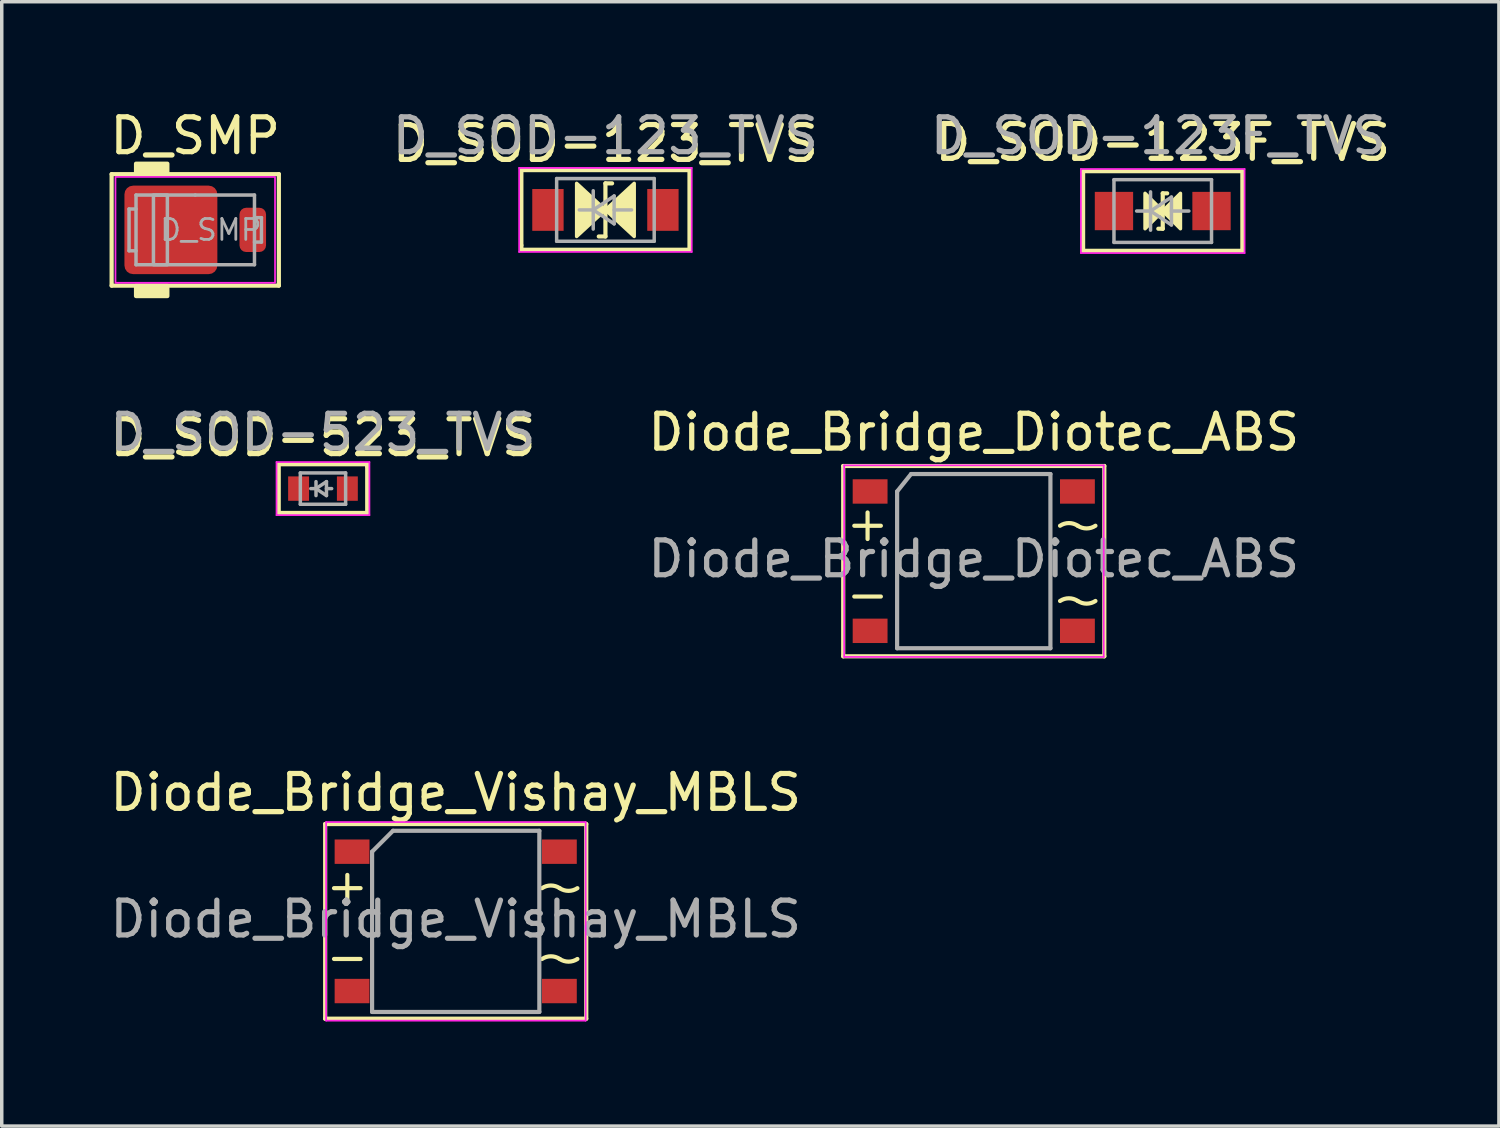
<source format=kicad_pcb>
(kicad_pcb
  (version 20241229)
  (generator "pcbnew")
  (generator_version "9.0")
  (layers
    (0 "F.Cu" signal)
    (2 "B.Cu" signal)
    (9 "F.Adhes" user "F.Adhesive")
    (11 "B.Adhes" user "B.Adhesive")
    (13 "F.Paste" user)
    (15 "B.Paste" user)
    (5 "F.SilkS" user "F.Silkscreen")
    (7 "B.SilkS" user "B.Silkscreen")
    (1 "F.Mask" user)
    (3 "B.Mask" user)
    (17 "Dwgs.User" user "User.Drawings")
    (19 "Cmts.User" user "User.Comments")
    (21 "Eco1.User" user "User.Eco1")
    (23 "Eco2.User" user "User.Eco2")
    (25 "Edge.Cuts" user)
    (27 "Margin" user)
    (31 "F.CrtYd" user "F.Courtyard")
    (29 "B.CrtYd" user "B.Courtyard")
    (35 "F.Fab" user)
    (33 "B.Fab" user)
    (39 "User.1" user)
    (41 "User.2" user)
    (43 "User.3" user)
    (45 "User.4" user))
  (footprint "D_SOD-123F_TVS"
    (layer "F.Cu")
    (at 30.323 3.007)
    (property "Reference" "D_SOD-123F_TVS" (at 0 -1.968 0) (layer "F.SilkS") (effects (font (size 1 1) (thickness 0.15))))
    (attr smd)
    (fp_line (start -2.286 -1.143) (end 2.286 -1.143) (stroke (width 0.12) (type solid)) (layer "F.SilkS"))
    (fp_line (start -2.286 1.143) (end -2.286 -1.143) (stroke (width 0.12) (type solid)) (layer "F.SilkS"))
    (fp_line (start -0.127 0.508) (end 0 0.508) (stroke (width 0.12) (type solid)) (layer "F.SilkS"))
    (fp_line (start 0 -0.508) (end 0 0.508) (stroke (width 0.12) (type solid)) (layer "F.SilkS"))
    (fp_line (start 0 -0.508) (end 0.127 -0.508) (stroke (width 0.12) (type solid)) (layer "F.SilkS"))
    (fp_line (start 2.286 -1.143) (end 2.286 1.143) (stroke (width 0.12) (type solid)) (layer "F.SilkS"))
    (fp_line (start 2.286 1.143) (end -2.286 1.143) (stroke (width 0.12) (type solid)) (layer "F.SilkS"))
    (fp_poly (pts (xy 0 0) (xy -0.508 0.508) (xy -0.508 -0.508)) (stroke (width 0.1) (type solid)) (fill yes) (layer "F.SilkS"))
    (fp_poly (pts (xy 0 0) (xy 0.508 -0.508) (xy 0.508 0.508)) (stroke (width 0.1) (type solid)) (fill yes) (layer "F.SilkS"))
    (fp_line (start -2.349 -1.206) (end -2.349 1.206) (stroke (width 0.05) (type solid)) (layer "F.CrtYd"))
    (fp_line (start -2.349 -1.206) (end 2.349 -1.206) (stroke (width 0.05) (type solid)) (layer "F.CrtYd"))
    (fp_line (start 2.349 -1.206) (end 2.349 1.206) (stroke (width 0.05) (type solid)) (layer "F.CrtYd"))
    (fp_line (start 2.349 1.206) (end -2.349 1.206) (stroke (width 0.05) (type solid)) (layer "F.CrtYd"))
    (fp_line (start -1.4 -0.9) (end 1.4 -0.9) (stroke (width 0.1) (type solid)) (layer "F.Fab"))
    (fp_line (start -1.4 0.9) (end -1.4 -0.9) (stroke (width 0.1) (type solid)) (layer "F.Fab"))
    (fp_line (start -0.75 0) (end -0.35 0) (stroke (width 0.1) (type solid)) (layer "F.Fab"))
    (fp_line (start -0.35 0) (end -0.35 -0.55) (stroke (width 0.1) (type solid)) (layer "F.Fab"))
    (fp_line (start -0.35 0) (end -0.35 0.55) (stroke (width 0.1) (type solid)) (layer "F.Fab"))
    (fp_line (start -0.35 0) (end 0.25 -0.4) (stroke (width 0.1) (type solid)) (layer "F.Fab"))
    (fp_line (start 0.25 -0.4) (end 0.25 0.4) (stroke (width 0.1) (type solid)) (layer "F.Fab"))
    (fp_line (start 0.25 0) (end 0.75 0) (stroke (width 0.1) (type solid)) (layer "F.Fab"))
    (fp_line (start 0.25 0.4) (end -0.35 0) (stroke (width 0.1) (type solid)) (layer "F.Fab"))
    (fp_line (start 1.4 -0.9) (end 1.4 0.9) (stroke (width 0.1) (type solid)) (layer "F.Fab"))
    (fp_line (start 1.4 0.9) (end -1.4 0.9) (stroke (width 0.1) (type solid)) (layer "F.Fab"))
    (fp_text user "${REFERENCE}" (at -0.127 -2.159 0) (layer "F.Fab") (effects (font (size 1 1) (thickness 0.15))))
    (pad "1" smd rect (at -1.4 0) (size 1.1 1.1) (layers "F.Cu" "F.Mask" "F.Paste"))
    (pad "2" smd rect (at 1.4 0) (size 1.1 1.1) (layers "F.Cu" "F.Mask" "F.Paste")))
  (footprint "D_SMP"
    (layer "F.Cu")
    (at 2.554 3.548)
    (property "Reference" "D_SMP" (at 0 -2.7 0) (unlocked yes) (layer "F.SilkS") (effects (font (size 1 1) (thickness 0.15))))
    (fp_line (start -2.4 -1.6) (end -2.4 1.6) (stroke (width 0.12) (type solid)) (layer "F.SilkS"))
    (fp_line (start -2.4 1.6) (end 2.4 1.6) (stroke (width 0.12) (type solid)) (layer "F.SilkS"))
    (fp_line (start 2.4 -1.6) (end -2.4 -1.6) (stroke (width 0.12) (type solid)) (layer "F.SilkS"))
    (fp_line (start 2.4 1.6) (end 2.4 -1.6) (stroke (width 0.12) (type solid)) (layer "F.SilkS"))
    (fp_rect (start -1.7 -1.6) (end -0.8 -1.9) (stroke (width 0.12) (type solid)) (fill yes) (layer "F.SilkS"))
    (fp_rect (start -1.7 1.9) (end -0.8 1.6) (stroke (width 0.12) (type solid)) (fill yes) (layer "F.SilkS"))
    (fp_rect (start -2.29 -1.52) (end 2.29 1.52) (stroke (width 0.05) (type solid)) (fill no) (layer "F.CrtYd"))
    (fp_line (start -1.9 -0.6) (end -1.9 0.6) (stroke (width 0.1) (type solid)) (layer "F.Fab"))
    (fp_line (start -1.9 -0.6) (end -1.7 -0.6) (stroke (width 0.1) (type solid)) (layer "F.Fab"))
    (fp_line (start -1.9 0.6) (end -1.7 0.6) (stroke (width 0.1) (type solid)) (layer "F.Fab"))
    (fp_line (start -1.7 -1) (end -1.7 1) (stroke (width 0.1) (type solid)) (layer "F.Fab"))
    (fp_line (start -1.7 1) (end 1.7 1) (stroke (width 0.1) (type solid)) (layer "F.Fab"))
    (fp_line (start 0 -1) (end -1.7 -1) (stroke (width 0.1) (type solid)) (layer "F.Fab"))
    (fp_line (start 1.7 -1) (end 0 -1) (stroke (width 0.1) (type solid)) (layer "F.Fab"))
    (fp_line (start 1.7 1) (end 1.7 -1) (stroke (width 0.1) (type solid)) (layer "F.Fab"))
    (fp_line (start 1.9 -0.35) (end 1.7 -0.35) (stroke (width 0.1) (type solid)) (layer "F.Fab"))
    (fp_line (start 1.9 -0.35) (end 1.9 0.35) (stroke (width 0.1) (type solid)) (layer "F.Fab"))
    (fp_line (start 1.9 0.35) (end 1.7 0.35) (stroke (width 0.1) (type solid)) (layer "F.Fab"))
    (fp_rect (start -1.2 -1) (end -0.8 1) (stroke (width 0.1) (type solid)) (fill no) (layer "F.Fab"))
    (fp_text user "${REFERENCE}" (at 0.45 0 0) (layer "F.Fab") (effects (font (size 0.6 0.6) (thickness 0.08))))
    (pad "" smd roundrect (at -1.4 -0.7) (size 1.1 1.1) (layers "F.Paste") (roundrect_rratio 0.25))
    (pad "" smd roundrect (at -1.4 0.7) (size 1.1 1.1) (layers "F.Paste") (roundrect_rratio 0.25))
    (pad "" smd roundrect (at 0 -0.7) (size 1.1 1.1) (layers "F.Paste") (roundrect_rratio 0.25))
    (pad "" smd roundrect (at 0 0.7) (size 1.1 1.1) (layers "F.Paste") (roundrect_rratio 0.25))
    (pad "1" smd roundrect (at -0.699 0) (size 2.667 2.54) (layers "F.Cu" "F.Mask") (roundrect_rratio 0.098))
    (pad "2" smd roundrect (at 1.651 0) (size 0.762 1.27) (layers "F.Cu" "F.Mask" "F.Paste") (roundrect_rratio 0.25)))
  (footprint "D_SOD-523_TVS"
    (layer "F.Cu")
    (at 6.22 10.974)
    (property "Reference" "D_SOD-523_TVS" (at 0 -1.46 0) (layer "F.SilkS") (effects (font (size 1 1) (thickness 0.15))))
    (attr smd)
    (fp_line (start -1.27 -0.699) (end -1.27 0.699) (stroke (width 0.12) (type solid)) (layer "F.SilkS"))
    (fp_line (start -1.27 0.699) (end 1.27 0.699) (stroke (width 0.12) (type solid)) (layer "F.SilkS"))
    (fp_line (start 1.27 -0.699) (end -1.27 -0.699) (stroke (width 0.12) (type solid)) (layer "F.SilkS"))
    (fp_line (start 1.27 -0.635) (end 1.27 -0.699) (stroke (width 0.12) (type solid)) (layer "F.SilkS"))
    (fp_line (start 1.27 0.699) (end 1.27 -0.635) (stroke (width 0.12) (type solid)) (layer "F.SilkS"))
    (fp_line (start -1.333 -0.762) (end 1.333 -0.762) (stroke (width 0.05) (type solid)) (layer "F.CrtYd"))
    (fp_line (start -1.333 0.762) (end -1.333 -0.762) (stroke (width 0.05) (type solid)) (layer "F.CrtYd"))
    (fp_line (start 1.333 -0.762) (end 1.333 0.762) (stroke (width 0.05) (type solid)) (layer "F.CrtYd"))
    (fp_line (start 1.333 0.762) (end -1.333 0.762) (stroke (width 0.05) (type solid)) (layer "F.CrtYd"))
    (fp_line (start -0.65 -0.45) (end 0.65 -0.45) (stroke (width 0.1) (type solid)) (layer "F.Fab"))
    (fp_line (start -0.65 0.45) (end -0.65 -0.45) (stroke (width 0.1) (type solid)) (layer "F.Fab"))
    (fp_line (start -0.2 0) (end -0.35 0) (stroke (width 0.1) (type solid)) (layer "F.Fab"))
    (fp_line (start -0.2 0) (end 0.1 0.2) (stroke (width 0.1) (type solid)) (layer "F.Fab"))
    (fp_line (start -0.2 0.2) (end -0.2 -0.2) (stroke (width 0.1) (type solid)) (layer "F.Fab"))
    (fp_line (start 0.1 -0.2) (end -0.2 0) (stroke (width 0.1) (type solid)) (layer "F.Fab"))
    (fp_line (start 0.1 0) (end 0.25 0) (stroke (width 0.1) (type solid)) (layer "F.Fab"))
    (fp_line (start 0.1 0.2) (end 0.1 -0.2) (stroke (width 0.1) (type solid)) (layer "F.Fab"))
    (fp_line (start 0.65 -0.45) (end 0.65 0.45) (stroke (width 0.1) (type solid)) (layer "F.Fab"))
    (fp_line (start 0.65 0.45) (end -0.65 0.45) (stroke (width 0.1) (type solid)) (layer "F.Fab"))
    (fp_text user "${REFERENCE}" (at 0 -1.617 0) (layer "F.Fab") (effects (font (size 1 1) (thickness 0.15))))
    (pad "1" smd rect (at -0.7 0 180) (size 0.6 0.7) (layers "F.Cu" "F.Mask" "F.Paste"))
    (pad "2" smd rect (at 0.7 0 180) (size 0.6 0.7) (layers "F.Cu" "F.Mask" "F.Paste")))
  (footprint "D_SOD-123_TVS"
    (layer "F.Cu")
    (at 14.327 2.975)
    (property "Reference" "D_SOD-123_TVS" (at 0 -1.905 0) (layer "F.SilkS") (effects (font (size 1 1) (thickness 0.15))))
    (attr smd)
    (fp_line (start -2.413 -1.143) (end -2.413 1.016) (stroke (width 0.12) (type solid)) (layer "F.SilkS"))
    (fp_line (start -2.413 1.016) (end -2.413 1.143) (stroke (width 0.12) (type solid)) (layer "F.SilkS"))
    (fp_line (start -2.413 1.143) (end 2.413 1.143) (stroke (width 0.12) (type solid)) (layer "F.SilkS"))
    (fp_line (start -0.191 0.762) (end 0 0.762) (stroke (width 0.12) (type solid)) (layer "F.SilkS"))
    (fp_line (start 0 -0.762) (end 0 0.762) (stroke (width 0.12) (type solid)) (layer "F.SilkS"))
    (fp_line (start 0 -0.762) (end 0.191 -0.762) (stroke (width 0.12) (type solid)) (layer "F.SilkS"))
    (fp_line (start 2.413 -1.143) (end -2.413 -1.143) (stroke (width 0.12) (type solid)) (layer "F.SilkS"))
    (fp_line (start 2.413 1.143) (end 2.413 -1.143) (stroke (width 0.12) (type solid)) (layer "F.SilkS"))
    (fp_poly (pts (xy 0 0) (xy -0.826 0.762) (xy -0.826 -0.762)) (stroke (width 0.1) (type solid)) (fill yes) (layer "F.SilkS"))
    (fp_poly (pts (xy 0 0) (xy 0.826 -0.762) (xy 0.826 0.762)) (stroke (width 0.1) (type solid)) (fill yes) (layer "F.SilkS"))
    (fp_line (start -2.477 -1.206) (end -2.477 1.206) (stroke (width 0.05) (type solid)) (layer "F.CrtYd"))
    (fp_line (start -2.477 -1.206) (end 2.477 -1.206) (stroke (width 0.05) (type solid)) (layer "F.CrtYd"))
    (fp_line (start 2.477 -1.206) (end 2.477 1.206) (stroke (width 0.05) (type solid)) (layer "F.CrtYd"))
    (fp_line (start 2.477 1.206) (end -2.477 1.206) (stroke (width 0.05) (type solid)) (layer "F.CrtYd"))
    (fp_line (start -1.4 -0.9) (end 1.4 -0.9) (stroke (width 0.1) (type solid)) (layer "F.Fab"))
    (fp_line (start -1.4 0.9) (end -1.4 -0.9) (stroke (width 0.1) (type solid)) (layer "F.Fab"))
    (fp_line (start -0.75 0) (end -0.35 0) (stroke (width 0.1) (type solid)) (layer "F.Fab"))
    (fp_line (start -0.35 0) (end -0.35 -0.55) (stroke (width 0.1) (type solid)) (layer "F.Fab"))
    (fp_line (start -0.35 0) (end -0.35 0.55) (stroke (width 0.1) (type solid)) (layer "F.Fab"))
    (fp_line (start -0.35 0) (end 0.25 -0.4) (stroke (width 0.1) (type solid)) (layer "F.Fab"))
    (fp_line (start 0.25 -0.4) (end 0.25 0.4) (stroke (width 0.1) (type solid)) (layer "F.Fab"))
    (fp_line (start 0.25 0) (end 0.75 0) (stroke (width 0.1) (type solid)) (layer "F.Fab"))
    (fp_line (start 0.25 0.4) (end -0.35 0) (stroke (width 0.1) (type solid)) (layer "F.Fab"))
    (fp_line (start 1.4 -0.9) (end 1.4 0.9) (stroke (width 0.1) (type solid)) (layer "F.Fab"))
    (fp_line (start 1.4 0.9) (end -1.4 0.9) (stroke (width 0.1) (type solid)) (layer "F.Fab"))
    (fp_text user "${REFERENCE}" (at 0 -2.127 0) (layer "F.Fab") (effects (font (size 1 1) (thickness 0.15))))
    (pad "1" smd rect (at -1.65 0) (size 0.9 1.2) (layers "F.Cu" "F.Mask" "F.Paste"))
    (pad "2" smd rect (at 1.65 0) (size 0.9 1.2) (layers "F.Cu" "F.Mask" "F.Paste")))
  (footprint "Diode_Bridge_Diotec_ABS"
    (layer "F.Cu")
    (at 24.899 13.056)
    (property "Reference" "Diode_Bridge_Diotec_ABS" (at 0 -3.7 0) (layer "F.SilkS") (effects (font (size 1 1) (thickness 0.15))))
    (attr smd)
    (fp_line (start -3.747 -2.731) (end -3.747 2.731) (stroke (width 0.12) (type solid)) (layer "F.SilkS"))
    (fp_line (start -3.747 2.731) (end 3.747 2.731) (stroke (width 0.12) (type solid)) (layer "F.SilkS"))
    (fp_line (start -3.429 -1.016) (end -2.667 -1.016) (stroke (width 0.12) (type solid)) (layer "F.SilkS"))
    (fp_line (start -3.429 1.016) (end -2.667 1.016) (stroke (width 0.12) (type solid)) (layer "F.SilkS"))
    (fp_line (start -3.048 -1.397) (end -3.048 -0.635) (stroke (width 0.12) (type solid)) (layer "F.SilkS"))
    (fp_line (start 3.747 -2.731) (end -3.747 -2.731) (stroke (width 0.12) (type solid)) (layer "F.SilkS"))
    (fp_line (start 3.747 2.731) (end 3.747 -2.731) (stroke (width 0.12) (type solid)) (layer "F.SilkS"))
    (fp_arc (start 2.476501 -1.015999) (mid 2.7305 -1.092904) (end 2.984499 -1.015999) (stroke (width 0.12) (type solid)) (layer "F.SilkS"))
    (fp_arc (start 2.476501 1.143001) (mid 2.7305 1.066096) (end 2.984499 1.143001) (stroke (width 0.12) (type solid)) (layer "F.SilkS"))
    (fp_arc (start 3.4925 -1.016) (mid 3.238501 -0.939095) (end 2.984502 -1.016) (stroke (width 0.12) (type solid)) (layer "F.SilkS"))
    (fp_arc (start 3.4925 1.143) (mid 3.238501 1.219905) (end 2.984502 1.143) (stroke (width 0.12) (type solid)) (layer "F.SilkS"))
    (fp_line (start -3.72 -2.75) (end -3.72 2.75) (stroke (width 0.05) (type solid)) (layer "F.CrtYd"))
    (fp_line (start -3.72 -2.75) (end 3.73 -2.75) (stroke (width 0.05) (type solid)) (layer "F.CrtYd"))
    (fp_line (start 3.73 2.75) (end -3.72 2.75) (stroke (width 0.05) (type solid)) (layer "F.CrtYd"))
    (fp_line (start 3.73 2.75) (end 3.73 -2.75) (stroke (width 0.05) (type solid)) (layer "F.CrtYd"))
    (fp_line (start -2.2 -2) (end -2.2 2.5) (stroke (width 0.12) (type solid)) (layer "F.Fab"))
    (fp_line (start -2.2 2.5) (end 2.2 2.5) (stroke (width 0.12) (type solid)) (layer "F.Fab"))
    (fp_line (start -1.8 -2.5) (end -2.2 -2) (stroke (width 0.12) (type solid)) (layer "F.Fab"))
    (fp_line (start 2.2 -2.5) (end -1.8 -2.5) (stroke (width 0.12) (type solid)) (layer "F.Fab"))
    (fp_line (start 2.2 2.5) (end 2.2 -2.5) (stroke (width 0.12) (type solid)) (layer "F.Fab"))
    (fp_text user "${REFERENCE}" (at 0 -0.065 0) (layer "F.Fab") (effects (font (size 1 1) (thickness 0.15))))
    (pad "1" smd rect (at -2.975 -2) (size 1 0.7) (layers "F.Cu" "F.Mask" "F.Paste"))
    (pad "2" smd rect (at -2.975 2) (size 1 0.7) (layers "F.Cu" "F.Mask" "F.Paste"))
    (pad "3" smd rect (at 2.975 2) (size 1 0.7) (layers "F.Cu" "F.Mask" "F.Paste"))
    (pad "4" smd rect (at 2.975 -2) (size 1 0.7) (layers "F.Cu" "F.Mask" "F.Paste")))
  (footprint "Diode_Bridge_Vishay_MBLS"
    (layer "F.Cu")
    (at 10.03 23.395)
    (property "Reference" "Diode_Bridge_Vishay_MBLS" (at 0 -3.7 0) (layer "F.SilkS") (effects (font (size 1 1) (thickness 0.15))))
    (attr smd)
    (fp_line (start -3.747 -2.794) (end -3.747 2.794) (stroke (width 0.12) (type solid)) (layer "F.SilkS"))
    (fp_line (start -3.747 2.794) (end 3.747 2.794) (stroke (width 0.12) (type solid)) (layer "F.SilkS"))
    (fp_line (start -3.493 -0.953) (end -2.731 -0.953) (stroke (width 0.12) (type solid)) (layer "F.SilkS"))
    (fp_line (start -3.493 1.079) (end -2.731 1.079) (stroke (width 0.12) (type solid)) (layer "F.SilkS"))
    (fp_line (start -3.111 -1.333) (end -3.111 -0.572) (stroke (width 0.12) (type solid)) (layer "F.SilkS"))
    (fp_line (start 3.747 -2.794) (end -3.747 -2.794) (stroke (width 0.12) (type solid)) (layer "F.SilkS"))
    (fp_line (start 3.747 2.794) (end 3.747 -2.794) (stroke (width 0.12) (type solid)) (layer "F.SilkS"))
    (fp_arc (start 2.476501 -0.952499) (mid 2.7305 -1.029404) (end 2.984499 -0.952499) (stroke (width 0.12) (type solid)) (layer "F.SilkS"))
    (fp_arc (start 2.476501 1.079501) (mid 2.7305 1.002596) (end 2.984499 1.079501) (stroke (width 0.12) (type solid)) (layer "F.SilkS"))
    (fp_arc (start 3.4925 -0.9525) (mid 3.238501 -0.875595) (end 2.984502 -0.9525) (stroke (width 0.12) (type solid)) (layer "F.SilkS"))
    (fp_arc (start 3.4925 1.0795) (mid 3.238501 1.156405) (end 2.984502 1.0795) (stroke (width 0.12) (type solid)) (layer "F.SilkS"))
    (fp_line (start -3.72 -2.85) (end -3.72 2.85) (stroke (width 0.05) (type solid)) (layer "F.CrtYd"))
    (fp_line (start -3.72 -2.85) (end 3.73 -2.85) (stroke (width 0.05) (type solid)) (layer "F.CrtYd"))
    (fp_line (start 3.73 2.85) (end -3.72 2.85) (stroke (width 0.05) (type solid)) (layer "F.CrtYd"))
    (fp_line (start 3.73 2.85) (end 3.73 -2.85) (stroke (width 0.05) (type solid)) (layer "F.CrtYd"))
    (fp_line (start -2.4 -2) (end -2.4 2.6) (stroke (width 0.12) (type solid)) (layer "F.Fab"))
    (fp_line (start -2.4 2.6) (end 2.4 2.6) (stroke (width 0.12) (type solid)) (layer "F.Fab"))
    (fp_line (start -1.8 -2.6) (end -2.4 -2) (stroke (width 0.12) (type solid)) (layer "F.Fab"))
    (fp_line (start 2.4 -2.6) (end -1.8 -2.6) (stroke (width 0.12) (type solid)) (layer "F.Fab"))
    (fp_line (start 2.4 2.6) (end 2.4 -2.6) (stroke (width 0.12) (type solid)) (layer "F.Fab"))
    (fp_text user "${REFERENCE}" (at 0 -0.065 0) (layer "F.Fab") (effects (font (size 1 1) (thickness 0.15))))
    (pad "1" smd rect (at -2.975 -2) (size 1 0.7) (layers "F.Cu" "F.Mask" "F.Paste"))
    (pad "2" smd rect (at -2.975 2) (size 1 0.7) (layers "F.Cu" "F.Mask" "F.Paste"))
    (pad "3" smd rect (at 2.975 2) (size 1 0.7) (layers "F.Cu" "F.Mask" "F.Paste"))
    (pad "4" smd rect (at 2.975 -2) (size 1 0.7) (layers "F.Cu" "F.Mask" "F.Paste")))
  (gr_rect
    (start -3 -3)
    (end 39.972 29.27)
    (stroke (width 0.1) (type default))
    (fill no)
    (layer "Edge.Cuts")))
</source>
